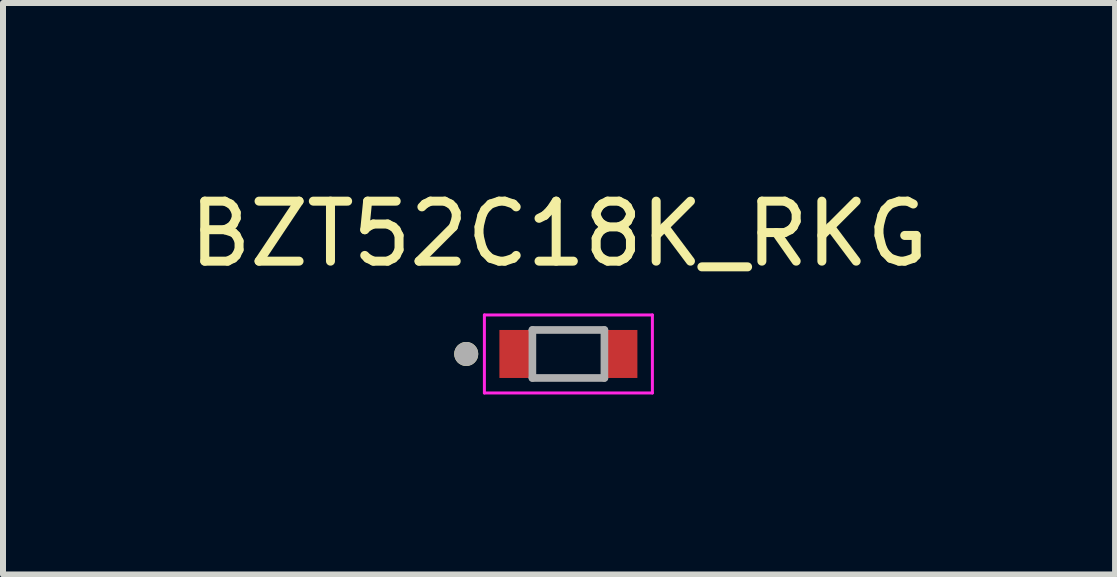
<source format=kicad_pcb>
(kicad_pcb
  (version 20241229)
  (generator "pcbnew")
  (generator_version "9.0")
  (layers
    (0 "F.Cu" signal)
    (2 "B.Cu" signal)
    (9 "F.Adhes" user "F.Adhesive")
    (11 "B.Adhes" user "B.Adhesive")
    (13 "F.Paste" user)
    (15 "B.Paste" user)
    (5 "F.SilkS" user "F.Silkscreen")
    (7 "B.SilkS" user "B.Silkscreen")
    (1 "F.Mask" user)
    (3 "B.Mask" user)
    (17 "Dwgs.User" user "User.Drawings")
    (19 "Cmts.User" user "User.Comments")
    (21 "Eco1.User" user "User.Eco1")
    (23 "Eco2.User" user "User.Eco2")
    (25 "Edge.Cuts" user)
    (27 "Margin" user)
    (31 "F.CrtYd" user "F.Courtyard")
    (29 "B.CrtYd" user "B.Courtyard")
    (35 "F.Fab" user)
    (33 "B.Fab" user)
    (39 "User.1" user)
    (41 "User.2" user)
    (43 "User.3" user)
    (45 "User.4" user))
  (footprint "BZT52C18K_RKG"
    (layer "F.Cu")
    (at 6.424 2.85)
    (property "Reference" "BZT52C18K_RKG" (at -0.156 -2.002 0) (layer "F.SilkS") (effects (font (size 1 1) (thickness 0.15))))
    (attr smd)
    (fp_circle (center -1.703 0) (end -1.603 0) (stroke (width 0.2) (type solid)) (fill no) (layer "F.SilkS"))
    (fp_line (start -1.4 -0.65) (end -1.4 0.65) (stroke (width 0.05) (type solid)) (layer "F.CrtYd"))
    (fp_line (start -1.4 0.65) (end 1.4 0.65) (stroke (width 0.05) (type solid)) (layer "F.CrtYd"))
    (fp_line (start 1.4 -0.65) (end -1.4 -0.65) (stroke (width 0.05) (type solid)) (layer "F.CrtYd"))
    (fp_line (start 1.4 0.65) (end 1.4 -0.65) (stroke (width 0.05) (type solid)) (layer "F.CrtYd"))
    (fp_line (start -0.6 -0.4) (end 0.6 -0.4) (stroke (width 0.127) (type solid)) (layer "F.Fab"))
    (fp_line (start -0.6 0.4) (end -0.6 -0.4) (stroke (width 0.127) (type solid)) (layer "F.Fab"))
    (fp_line (start 0.6 -0.4) (end 0.6 0.4) (stroke (width 0.127) (type solid)) (layer "F.Fab"))
    (fp_line (start 0.6 0.4) (end -0.6 0.4) (stroke (width 0.127) (type solid)) (layer "F.Fab"))
    (fp_circle (center -1.703 0) (end -1.603 0) (stroke (width 0.2) (type solid)) (fill no) (layer "F.Fab"))
    (pad "A" smd rect (at 0.85 0) (size 0.6 0.8) (layers "F.Cu" "F.Mask" "F.Paste"))
    (pad "C" smd rect (at -0.85 0) (size 0.6 0.8) (layers "F.Cu" "F.Mask" "F.Paste")))
  (gr_rect
    (start -3 -3)
    (end 15.536 6.525)
    (stroke (width 0.1) (type default))
    (fill no)
    (layer "Edge.Cuts")))
</source>
